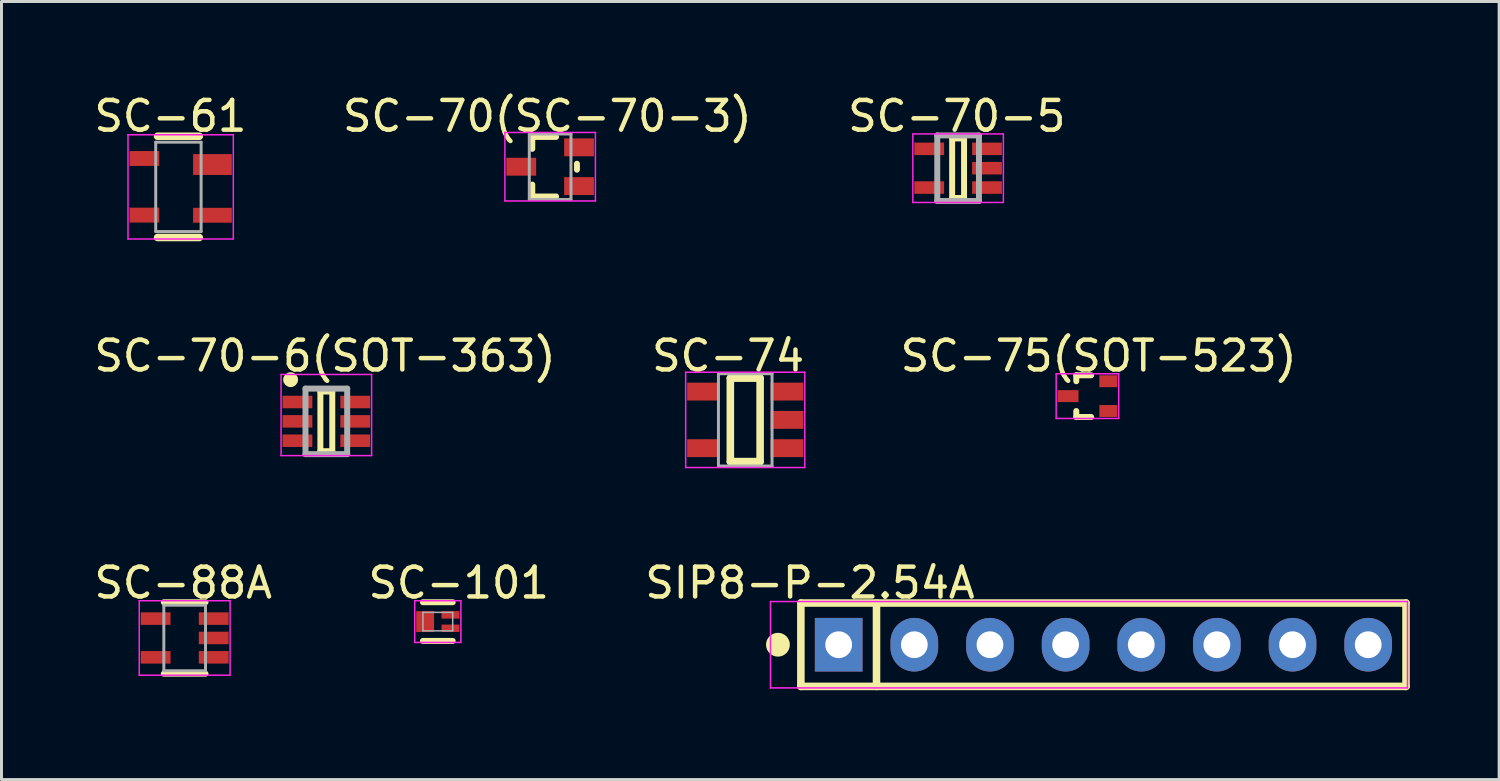
<source format=kicad_pcb>
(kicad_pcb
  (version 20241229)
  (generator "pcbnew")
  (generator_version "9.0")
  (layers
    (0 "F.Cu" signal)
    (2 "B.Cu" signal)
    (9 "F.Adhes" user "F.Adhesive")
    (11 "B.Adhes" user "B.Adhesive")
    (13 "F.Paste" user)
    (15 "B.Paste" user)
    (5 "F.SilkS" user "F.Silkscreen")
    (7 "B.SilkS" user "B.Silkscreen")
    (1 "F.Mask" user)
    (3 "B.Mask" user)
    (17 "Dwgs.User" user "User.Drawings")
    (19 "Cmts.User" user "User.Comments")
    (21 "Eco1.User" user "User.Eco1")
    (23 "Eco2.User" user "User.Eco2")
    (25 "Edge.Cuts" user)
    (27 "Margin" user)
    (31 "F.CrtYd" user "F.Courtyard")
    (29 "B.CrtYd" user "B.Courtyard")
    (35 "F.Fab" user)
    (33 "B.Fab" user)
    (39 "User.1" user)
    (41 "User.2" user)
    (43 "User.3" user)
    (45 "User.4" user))
  (footprint "SC-61"
    (layer "F.Cu")
    (at 2.941 3.225)
    (property "Reference" "SC-61" (at -0.268 -2.376 0) (layer "F.SilkS") (effects (font (size 1 1) (thickness 0.15))))
    (attr through_hole)
    (fp_line (start -0.7 -1.7) (end 0.7 -1.7) (stroke (width 0.254) (type solid)) (layer "F.SilkS"))
    (fp_line (start -0.7 1.7) (end 0.7 1.7) (stroke (width 0.254) (type solid)) (layer "F.SilkS"))
    (fp_line (start -1.693 -1.75) (end 1.843 -1.75) (stroke (width 0.05) (type solid)) (layer "F.CrtYd"))
    (fp_line (start -1.693 1.75) (end -1.693 -1.75) (stroke (width 0.05) (type solid)) (layer "F.CrtYd"))
    (fp_line (start 1.843 -1.75) (end 1.843 1.75) (stroke (width 0.05) (type solid)) (layer "F.CrtYd"))
    (fp_line (start 1.843 1.75) (end -1.693 1.75) (stroke (width 0.05) (type solid)) (layer "F.CrtYd"))
    (fp_line (start -0.762 -1.5) (end 0.762 -1.5) (stroke (width 0.1) (type solid)) (layer "F.Fab"))
    (fp_line (start -0.762 1.5) (end -0.762 -1.5) (stroke (width 0.1) (type solid)) (layer "F.Fab"))
    (fp_line (start -0.762 1.5) (end 0.762 1.5) (stroke (width 0.1) (type solid)) (layer "F.Fab"))
    (fp_line (start 0.762 1.5) (end 0.762 -1.5) (stroke (width 0.1) (type solid)) (layer "F.Fab"))
    (pad "1" smd rect (at -1.143 -0.953) (size 1 0.5) (layers "F.Cu" "F.Mask" "F.Paste"))
    (pad "2" smd rect (at -1.143 0.948) (size 1 0.5) (layers "F.Cu" "F.Mask" "F.Paste"))
    (pad "3" smd rect (at 1.143 0.953) (size 1.3 0.5) (layers "F.Cu" "F.Mask" "F.Paste"))
    (pad "4" smd rect (at 1.143 -0.75) (size 1.3 0.7) (layers "F.Cu" "F.Mask" "F.Paste")))
  (footprint "SC-88A"
    (layer "F.Cu")
    (at 3.151 18.372)
    (property "Reference" "SC-88A" (at -0.049 -1.849 0) (layer "F.SilkS") (effects (font (size 1 1) (thickness 0.15))))
    (attr through_hole)
    (fp_line (start -0.7 -1.2) (end 0.7 -1.2) (stroke (width 0.2) (type solid)) (layer "F.SilkS"))
    (fp_line (start -0.7 1.2) (end 0.7 1.2) (stroke (width 0.2) (type solid)) (layer "F.SilkS"))
    (fp_line (start -1.525 -1.25) (end 1.525 -1.25) (stroke (width 0.05) (type solid)) (layer "F.CrtYd"))
    (fp_line (start -1.525 1.25) (end -1.525 -1.25) (stroke (width 0.05) (type solid)) (layer "F.CrtYd"))
    (fp_line (start 1.525 -1.25) (end 1.525 1.25) (stroke (width 0.05) (type solid)) (layer "F.CrtYd"))
    (fp_line (start 1.525 1.25) (end -1.525 1.25) (stroke (width 0.05) (type solid)) (layer "F.CrtYd"))
    (fp_line (start -0.7 -1.1) (end 0.7 -1.1) (stroke (width 0.1) (type solid)) (layer "F.Fab"))
    (fp_line (start -0.7 1.1) (end -0.7 -1.1) (stroke (width 0.1) (type solid)) (layer "F.Fab"))
    (fp_line (start -0.7 1.1) (end 0.7 1.1) (stroke (width 0.1) (type solid)) (layer "F.Fab"))
    (fp_line (start 0.7 1.1) (end 0.7 -1.1) (stroke (width 0.1) (type solid)) (layer "F.Fab"))
    (pad "1" smd rect (at 0.975 0.65 90) (size 0.42 1) (layers "F.Cu" "F.Mask" "F.Paste"))
    (pad "2" smd rect (at 0.975 0 90) (size 0.42 1) (layers "F.Cu" "F.Mask" "F.Paste"))
    (pad "3" smd rect (at 0.975 -0.65 90) (size 0.42 1) (layers "F.Cu" "F.Mask" "F.Paste"))
    (pad "4" smd rect (at -0.975 -0.65 270) (size 0.42 1) (layers "F.Cu" "F.Mask" "F.Paste"))
    (pad "5" smd rect (at -0.975 0.65 270) (size 0.42 1) (layers "F.Cu" "F.Mask" "F.Paste")))
  (footprint "SC-70-6(SOT-363)"
    (layer "F.Cu")
    (at 7.908 11.099)
    (property "Reference" "SC-70-6(SOT-363)" (at -0.044 -2.199 0) (layer "F.SilkS") (effects (font (size 1 1) (thickness 0.15))))
    (attr through_hole)
    (fp_line (start -0.2 -1) (end 0.2 -1) (stroke (width 0.2) (type solid)) (layer "F.SilkS"))
    (fp_line (start -0.2 1) (end -0.2 -1) (stroke (width 0.2) (type solid)) (layer "F.SilkS"))
    (fp_line (start -0.2 1) (end 0.2 1) (stroke (width 0.2) (type solid)) (layer "F.SilkS"))
    (fp_line (start 0.2 1) (end 0.2 -1) (stroke (width 0.2) (type solid)) (layer "F.SilkS"))
    (fp_circle (center -1.2 -1.4) (end -1.075 -1.4) (stroke (width 0.25) (type solid)) (fill no) (layer "F.SilkS"))
    (fp_line (start -1.52 -1.575) (end 1.52 -1.575) (stroke (width 0.05) (type solid)) (layer "F.CrtYd"))
    (fp_line (start -1.52 1.15) (end -1.52 -1.575) (stroke (width 0.05) (type solid)) (layer "F.CrtYd"))
    (fp_line (start 1.52 -1.575) (end 1.52 1.15) (stroke (width 0.05) (type solid)) (layer "F.CrtYd"))
    (fp_line (start 1.52 1.15) (end -1.52 1.15) (stroke (width 0.05) (type solid)) (layer "F.CrtYd"))
    (fp_line (start -0.7 -1.1) (end 0.7 -1.1) (stroke (width 0.2) (type solid)) (layer "F.Fab"))
    (fp_line (start -0.7 1.1) (end -0.7 -1.1) (stroke (width 0.2) (type solid)) (layer "F.Fab"))
    (fp_line (start -0.7 1.1) (end 0.7 1.1) (stroke (width 0.2) (type solid)) (layer "F.Fab"))
    (fp_line (start 0.7 1.1) (end 0.7 -1.1) (stroke (width 0.2) (type solid)) (layer "F.Fab"))
    (pad "1" smd rect (at -0.97 -0.65 270) (size 0.42 1) (layers "F.Cu" "F.Mask" "F.Paste"))
    (pad "2" smd rect (at -0.97 0 270) (size 0.42 1) (layers "F.Cu" "F.Mask" "F.Paste"))
    (pad "3" smd rect (at -0.97 0.65 270) (size 0.42 1) (layers "F.Cu" "F.Mask" "F.Paste"))
    (pad "4" smd rect (at 0.97 0.65 90) (size 0.42 1) (layers "F.Cu" "F.Mask" "F.Paste"))
    (pad "5" smd rect (at 0.97 0 90) (size 0.42 1) (layers "F.Cu" "F.Mask" "F.Paste"))
    (pad "6" smd rect (at 0.97 -0.65 90) (size 0.42 1) (layers "F.Cu" "F.Mask" "F.Paste")))
  (footprint "SC-74"
    (layer "F.Cu")
    (at 21.974 11.049)
    (property "Reference" "SC-74" (at -0.575 -2.149 0) (layer "F.SilkS") (effects (font (size 1 1) (thickness 0.15))))
    (attr through_hole)
    (fp_line (start -0.5 -1.4) (end 0.5 -1.4) (stroke (width 0.254) (type solid)) (layer "F.SilkS"))
    (fp_line (start -0.5 1.4) (end -0.5 -1.4) (stroke (width 0.254) (type solid)) (layer "F.SilkS"))
    (fp_line (start -0.5 1.4) (end 0.5 1.4) (stroke (width 0.254) (type solid)) (layer "F.SilkS"))
    (fp_line (start 0.5 1.4) (end 0.5 -1.4) (stroke (width 0.254) (type solid)) (layer "F.SilkS"))
    (fp_line (start -2 -1.6) (end 2 -1.6) (stroke (width 0.05) (type solid)) (layer "F.CrtYd"))
    (fp_line (start -2 1.6) (end -2 -1.6) (stroke (width 0.05) (type solid)) (layer "F.CrtYd"))
    (fp_line (start 2 -1.6) (end 2 1.6) (stroke (width 0.05) (type solid)) (layer "F.CrtYd"))
    (fp_line (start 2 1.6) (end -2 1.6) (stroke (width 0.05) (type solid)) (layer "F.CrtYd"))
    (fp_line (start -0.9 -1.55) (end 0.9 -1.55) (stroke (width 0.1) (type solid)) (layer "F.Fab"))
    (fp_line (start -0.9 1.55) (end -0.9 -1.55) (stroke (width 0.1) (type solid)) (layer "F.Fab"))
    (fp_line (start -0.9 1.55) (end 0.9 1.55) (stroke (width 0.1) (type solid)) (layer "F.Fab"))
    (fp_line (start 0.9 1.55) (end 0.9 -1.55) (stroke (width 0.1) (type solid)) (layer "F.Fab"))
    (pad "1" smd rect (at 1.4 0.95 270) (size 0.6 1.1) (layers "F.Cu" "F.Mask" "F.Paste"))
    (pad "2" smd rect (at 1.4 0 270) (size 0.6 1.1) (layers "F.Cu" "F.Mask" "F.Paste"))
    (pad "3" smd rect (at 1.4 -0.95 270) (size 0.6 1.1) (layers "F.Cu" "F.Mask" "F.Paste"))
    (pad "4" smd rect (at -1.4 -0.95 270) (size 0.6 1.1) (layers "F.Cu" "F.Mask" "F.Paste"))
    (pad "5" smd rect (at -1.4 0.95 270) (size 0.6 1.1) (layers "F.Cu" "F.Mask" "F.Paste")))
  (footprint "SC-70-5"
    (layer "F.Cu")
    (at 29.122 2.598)
    (property "Reference" "SC-70-5" (at -0.044 -1.749 0) (layer "F.SilkS") (effects (font (size 1 1) (thickness 0.15))))
    (attr through_hole)
    (fp_line (start -0.2 -1) (end 0.2 -1) (stroke (width 0.2) (type solid)) (layer "F.SilkS"))
    (fp_line (start -0.2 1) (end -0.2 -1) (stroke (width 0.2) (type solid)) (layer "F.SilkS"))
    (fp_line (start -0.2 1) (end 0.2 1) (stroke (width 0.2) (type solid)) (layer "F.SilkS"))
    (fp_line (start 0.2 1) (end 0.2 -1) (stroke (width 0.2) (type solid)) (layer "F.SilkS"))
    (fp_line (start -1.52 -1.15) (end 1.52 -1.15) (stroke (width 0.05) (type solid)) (layer "F.CrtYd"))
    (fp_line (start -1.52 1.15) (end -1.52 -1.15) (stroke (width 0.05) (type solid)) (layer "F.CrtYd"))
    (fp_line (start 1.52 -1.15) (end 1.52 1.15) (stroke (width 0.05) (type solid)) (layer "F.CrtYd"))
    (fp_line (start 1.52 1.15) (end -1.52 1.15) (stroke (width 0.05) (type solid)) (layer "F.CrtYd"))
    (fp_line (start -0.7 -1.1) (end 0.7 -1.1) (stroke (width 0.2) (type solid)) (layer "F.Fab"))
    (fp_line (start -0.7 1.1) (end -0.7 -1.1) (stroke (width 0.2) (type solid)) (layer "F.Fab"))
    (fp_line (start -0.7 1.1) (end 0.7 1.1) (stroke (width 0.2) (type solid)) (layer "F.Fab"))
    (fp_line (start 0.7 1.1) (end 0.7 -1.1) (stroke (width 0.2) (type solid)) (layer "F.Fab"))
    (pad "1" smd rect (at 0.97 0.65 90) (size 0.42 1) (layers "F.Cu" "F.Mask" "F.Paste"))
    (pad "2" smd rect (at 0.97 0 90) (size 0.42 1) (layers "F.Cu" "F.Mask" "F.Paste"))
    (pad "3" smd rect (at 0.97 -0.65 90) (size 0.42 1) (layers "F.Cu" "F.Mask" "F.Paste"))
    (pad "4" smd rect (at -0.97 -0.65 270) (size 0.42 1) (layers "F.Cu" "F.Mask" "F.Paste"))
    (pad "5" smd rect (at -0.97 0.65 270) (size 0.42 1) (layers "F.Cu" "F.Mask" "F.Paste")))
  (footprint "SC-101"
    (layer "F.Cu")
    (at 11.651 17.822)
    (property "Reference" "SC-101" (at 0.701 -1.299 0) (layer "F.SilkS") (effects (font (size 1 1) (thickness 0.15))))
    (attr through_hole)
    (fp_line (start -0.5 -0.65) (end 0.5 -0.65) (stroke (width 0.2) (type solid)) (layer "F.SilkS"))
    (fp_line (start -0.5 0.65) (end 0.5 0.65) (stroke (width 0.2) (type solid)) (layer "F.SilkS"))
    (fp_line (start -0.775 -0.7) (end 0.775 -0.7) (stroke (width 0.05) (type solid)) (layer "F.CrtYd"))
    (fp_line (start -0.775 0.7) (end -0.775 -0.7) (stroke (width 0.05) (type solid)) (layer "F.CrtYd"))
    (fp_line (start 0.775 -0.7) (end 0.775 0.7) (stroke (width 0.05) (type solid)) (layer "F.CrtYd"))
    (fp_line (start 0.775 0.7) (end -0.775 0.7) (stroke (width 0.05) (type solid)) (layer "F.CrtYd"))
    (fp_line (start -0.5 -0.31) (end 0.5 -0.31) (stroke (width 0.051) (type solid)) (layer "F.Fab"))
    (fp_line (start -0.5 0.31) (end -0.5 -0.31) (stroke (width 0.051) (type solid)) (layer "F.Fab"))
    (fp_line (start -0.5 0.31) (end 0.5 0.31) (stroke (width 0.051) (type solid)) (layer "F.Fab"))
    (fp_line (start 0.5 0.31) (end 0.5 -0.31) (stroke (width 0.051) (type solid)) (layer "F.Fab"))
    (pad "1" smd rect (at 0.425 0.225 90) (size 0.25 0.6) (layers "F.Cu" "F.Mask" "F.Paste"))
    (pad "2" smd rect (at 0.425 -0.225 90) (size 0.25 0.6) (layers "F.Cu" "F.Mask" "F.Paste"))
    (pad "3" smd rect (at -0.425 0 90) (size 0.7 0.6) (layers "F.Cu" "F.Mask" "F.Paste")))
  (footprint "SC-70(SC-70-3)"
    (layer "F.Cu")
    (at 15.423 2.548)
    (property "Reference" "SC-70(SC-70-3)" (at -0.095 -1.699 0) (layer "F.SilkS") (effects (font (size 1 1) (thickness 0.15))))
    (attr through_hole)
    (fp_line (start -0.6 -1) (end 0.2 -1) (stroke (width 0.2) (type solid)) (layer "F.SilkS"))
    (fp_line (start -0.6 -0.6) (end -0.6 -1) (stroke (width 0.2) (type solid)) (layer "F.SilkS"))
    (fp_line (start -0.6 1) (end -0.6 0.6) (stroke (width 0.2) (type solid)) (layer "F.SilkS"))
    (fp_line (start -0.6 1) (end 0.2 1) (stroke (width 0.2) (type solid)) (layer "F.SilkS"))
    (fp_line (start 0.9 0.1) (end 0.9 -0.1) (stroke (width 0.2) (type solid)) (layer "F.SilkS"))
    (fp_line (start -1.52 -1.15) (end 1.52 -1.15) (stroke (width 0.05) (type solid)) (layer "F.CrtYd"))
    (fp_line (start -1.52 1.15) (end -1.52 -1.15) (stroke (width 0.05) (type solid)) (layer "F.CrtYd"))
    (fp_line (start 1.52 -1.15) (end 1.52 1.15) (stroke (width 0.05) (type solid)) (layer "F.CrtYd"))
    (fp_line (start 1.52 1.15) (end -1.52 1.15) (stroke (width 0.05) (type solid)) (layer "F.CrtYd"))
    (fp_line (start -0.7 -1.1) (end 0.7 -1.1) (stroke (width 0.1) (type solid)) (layer "F.Fab"))
    (fp_line (start -0.7 1.1) (end -0.7 -1.1) (stroke (width 0.1) (type solid)) (layer "F.Fab"))
    (fp_line (start -0.7 1.1) (end 0.7 1.1) (stroke (width 0.1) (type solid)) (layer "F.Fab"))
    (fp_line (start 0.7 1.1) (end 0.7 -1.1) (stroke (width 0.1) (type solid)) (layer "F.Fab"))
    (pad "1" smd rect (at 0.97 0.65 90) (size 0.6 1) (layers "F.Cu" "F.Mask" "F.Paste"))
    (pad "2" smd rect (at -0.97 0 90) (size 0.6 1) (layers "F.Cu" "F.Mask" "F.Paste"))
    (pad "3" smd rect (at 0.97 -0.65 90) (size 0.6 1) (layers "F.Cu" "F.Mask" "F.Paste")))
  (footprint "SIP8-P-2.54A"
    (layer "F.Cu")
    (at 34.002 18.599)
    (property "Reference" "SIP8-P-2.54A" (at -9.854 -2.076 0) (layer "F.SilkS") (effects (font (size 1 1) (thickness 0.15))))
    (attr through_hole)
    (fp_line (start -10.16 -1.4) (end 10.16 -1.4) (stroke (width 0.254) (type solid)) (layer "F.SilkS"))
    (fp_line (start -10.16 1.4) (end -10.16 -1.4) (stroke (width 0.254) (type solid)) (layer "F.SilkS"))
    (fp_line (start -10.16 1.4) (end 10.16 1.4) (stroke (width 0.254) (type solid)) (layer "F.SilkS"))
    (fp_line (start -7.62 1.4) (end -7.62 -1.4) (stroke (width 0.254) (type solid)) (layer "F.SilkS"))
    (fp_line (start 10.16 1.4) (end 10.16 -1.4) (stroke (width 0.254) (type solid)) (layer "F.SilkS"))
    (fp_circle (center -10.93 0) (end -10.73 0) (stroke (width 0.4) (type solid)) (fill no) (layer "F.SilkS"))
    (fp_line (start -11.18 -1.45) (end 10.21 -1.45) (stroke (width 0.05) (type solid)) (layer "F.CrtYd"))
    (fp_line (start -11.18 1.45) (end -11.18 -1.45) (stroke (width 0.05) (type solid)) (layer "F.CrtYd"))
    (fp_line (start 10.21 -1.45) (end 10.21 1.45) (stroke (width 0.05) (type solid)) (layer "F.CrtYd"))
    (fp_line (start 10.21 1.45) (end -11.18 1.45) (stroke (width 0.05) (type solid)) (layer "F.CrtYd"))
    (pad "1" thru_hole rect (at -8.89 0) (size 1.6 1.8) (drill 0.9) (layers "*.Cu" "*.Mask"))
    (pad "2" thru_hole oval (at -6.35 0) (size 1.6 1.8) (drill 0.9) (layers "*.Cu" "*.Mask"))
    (pad "3" thru_hole oval (at -3.81 0) (size 1.6 1.8) (drill 0.9) (layers "*.Cu" "*.Mask"))
    (pad "4" thru_hole oval (at -1.27 0) (size 1.6 1.8) (drill 0.9) (layers "*.Cu" "*.Mask"))
    (pad "5" thru_hole oval (at 1.27 0) (size 1.6 1.8) (drill 0.9) (layers "*.Cu" "*.Mask"))
    (pad "6" thru_hole oval (at 3.81 0) (size 1.6 1.8) (drill 0.9) (layers "*.Cu" "*.Mask"))
    (pad "7" thru_hole oval (at 6.35 0) (size 1.6 1.8) (drill 0.9) (layers "*.Cu" "*.Mask"))
    (pad "8" thru_hole oval (at 8.89 0) (size 1.6 1.8) (drill 0.9) (layers "*.Cu" "*.Mask")))
  (footprint "SC-75(SOT-523)"
    (layer "F.Cu")
    (at 33.49 10.251)
    (property "Reference" "SC-75(SOT-523)" (at 0.35 -1.351 0) (layer "F.SilkS") (effects (font (size 1 1) (thickness 0.15))))
    (attr through_hole)
    (fp_line (start -0.4 -0.7) (end 0.1 -0.7) (stroke (width 0.2) (type solid)) (layer "F.SilkS"))
    (fp_line (start -0.4 -0.5) (end -0.4 -0.7) (stroke (width 0.2) (type solid)) (layer "F.SilkS"))
    (fp_line (start -0.4 0.7) (end -0.4 0.5) (stroke (width 0.2) (type solid)) (layer "F.SilkS"))
    (fp_line (start -0.4 0.7) (end 0.1 0.7) (stroke (width 0.2) (type solid)) (layer "F.SilkS"))
    (fp_line (start -1.075 -0.75) (end 1.025 -0.75) (stroke (width 0.05) (type solid)) (layer "F.CrtYd"))
    (fp_line (start -1.075 0.75) (end -1.075 -0.75) (stroke (width 0.05) (type solid)) (layer "F.CrtYd"))
    (fp_line (start 1.025 -0.75) (end 1.025 0.75) (stroke (width 0.05) (type solid)) (layer "F.CrtYd"))
    (fp_line (start 1.025 0.75) (end -1.075 0.75) (stroke (width 0.05) (type solid)) (layer "F.CrtYd"))
    (pad "1" smd rect (at 0.675 0.5 180) (size 0.6 0.4) (layers "F.Cu" "F.Mask" "F.Paste"))
    (pad "2" smd rect (at 0.675 -0.5 180) (size 0.6 0.4) (layers "F.Cu" "F.Mask" "F.Paste"))
    (pad "3" smd rect (at -0.675 0 180) (size 0.7 0.4) (layers "F.Cu" "F.Mask" "F.Paste")))
  (gr_rect
    (start -3 -3)
    (end 47.289 23.126)
    (stroke (width 0.1) (type default))
    (fill no)
    (layer "Edge.Cuts")))
</source>
